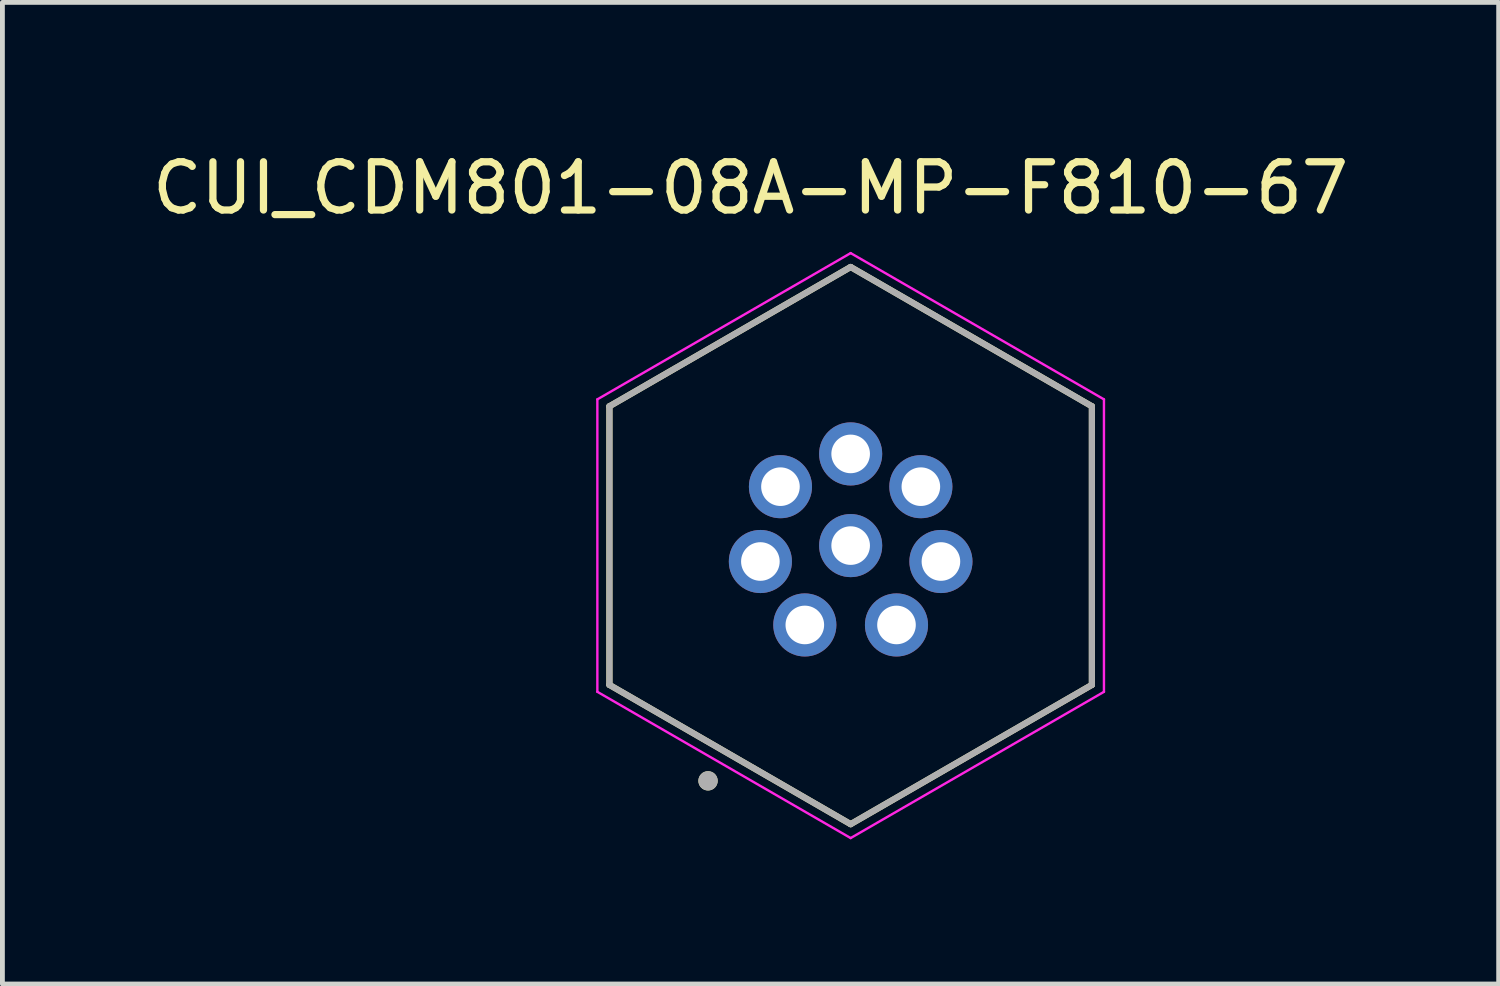
<source format=kicad_pcb>
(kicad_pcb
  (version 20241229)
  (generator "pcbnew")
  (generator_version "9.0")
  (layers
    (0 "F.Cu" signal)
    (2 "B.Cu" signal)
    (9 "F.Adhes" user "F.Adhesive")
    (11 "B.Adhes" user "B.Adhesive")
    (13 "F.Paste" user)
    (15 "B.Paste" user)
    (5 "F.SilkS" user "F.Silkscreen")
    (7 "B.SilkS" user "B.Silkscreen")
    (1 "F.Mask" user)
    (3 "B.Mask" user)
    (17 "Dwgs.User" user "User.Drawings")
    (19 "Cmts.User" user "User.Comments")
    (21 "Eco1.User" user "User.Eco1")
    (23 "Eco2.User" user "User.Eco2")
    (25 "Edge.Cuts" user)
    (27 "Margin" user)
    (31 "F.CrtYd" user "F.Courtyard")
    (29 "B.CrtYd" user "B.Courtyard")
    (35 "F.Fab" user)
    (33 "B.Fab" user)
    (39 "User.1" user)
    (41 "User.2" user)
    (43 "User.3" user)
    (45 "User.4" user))
  (footprint "CUI_CDM801-08A-MP-F810-67"
    (layer "F.Cu")
    (at 14.581 8.258)
    (property "Reference" "CUI_CDM801-08A-MP-F810-67" (at -2.075 -7.41 0) (layer "F.SilkS") (effects (font (size 1 1) (thickness 0.15))))
    (attr through_hole)
    (fp_line (start -5 -2.887) (end -5 2.887) (stroke (width 0.127) (type solid)) (layer "F.SilkS"))
    (fp_line (start -5 2.887) (end 0 5.774) (stroke (width 0.127) (type solid)) (layer "F.SilkS"))
    (fp_line (start 0 -5.774) (end -5 -2.887) (stroke (width 0.127) (type solid)) (layer "F.SilkS"))
    (fp_line (start 0 5.774) (end 5 2.887) (stroke (width 0.127) (type solid)) (layer "F.SilkS"))
    (fp_line (start 5 -2.887) (end 0 -5.774) (stroke (width 0.127) (type solid)) (layer "F.SilkS"))
    (fp_line (start 5 2.887) (end 5 -2.887) (stroke (width 0.127) (type solid)) (layer "F.SilkS"))
    (fp_circle (center -2.956 4.876) (end -2.856 4.876) (stroke (width 0.2) (type solid)) (fill no) (layer "F.SilkS"))
    (fp_line (start -5.25 -3.031) (end -5.25 3.031) (stroke (width 0.05) (type solid)) (layer "F.CrtYd"))
    (fp_line (start -5.25 3.031) (end 0 6.062) (stroke (width 0.05) (type solid)) (layer "F.CrtYd"))
    (fp_line (start 0 -6.062) (end -5.25 -3.031) (stroke (width 0.05) (type solid)) (layer "F.CrtYd"))
    (fp_line (start 0 6.062) (end 5.25 3.031) (stroke (width 0.05) (type solid)) (layer "F.CrtYd"))
    (fp_line (start 5.25 -3.031) (end 0 -6.062) (stroke (width 0.05) (type solid)) (layer "F.CrtYd"))
    (fp_line (start 5.25 3.031) (end 5.25 -3.031) (stroke (width 0.05) (type solid)) (layer "F.CrtYd"))
    (fp_line (start -5 -2.887) (end -5 2.887) (stroke (width 0.127) (type solid)) (layer "F.Fab"))
    (fp_line (start -5 2.887) (end 0 5.774) (stroke (width 0.127) (type solid)) (layer "F.Fab"))
    (fp_line (start 0 -5.774) (end -5 -2.887) (stroke (width 0.127) (type solid)) (layer "F.Fab"))
    (fp_line (start 0 5.774) (end 5 2.887) (stroke (width 0.127) (type solid)) (layer "F.Fab"))
    (fp_line (start 5 -2.887) (end 0 -5.774) (stroke (width 0.127) (type solid)) (layer "F.Fab"))
    (fp_line (start 5 2.887) (end 5 -2.887) (stroke (width 0.127) (type solid)) (layer "F.Fab"))
    (fp_circle (center -2.956 4.876) (end -2.856 4.876) (stroke (width 0.2) (type solid)) (fill no) (layer "F.Fab"))
    (pad "1" thru_hole circle (at -0.95 1.645) (size 1.308 1.308) (drill 0.8) (layers "*.Cu" "*.Mask"))
    (pad "2" thru_hole circle (at 0.95 1.645) (size 1.308 1.308) (drill 0.8) (layers "*.Cu" "*.Mask"))
    (pad "3" thru_hole circle (at 1.871 0.33) (size 1.308 1.308) (drill 0.8) (layers "*.Cu" "*.Mask"))
    (pad "4" thru_hole circle (at 1.455 -1.221) (size 1.308 1.308) (drill 0.8) (layers "*.Cu" "*.Mask"))
    (pad "5" thru_hole circle (at 0 -1.9) (size 1.308 1.308) (drill 0.8) (layers "*.Cu" "*.Mask"))
    (pad "6" thru_hole circle (at -1.455 -1.221) (size 1.308 1.308) (drill 0.8) (layers "*.Cu" "*.Mask"))
    (pad "7" thru_hole circle (at -1.871 0.33) (size 1.308 1.308) (drill 0.8) (layers "*.Cu" "*.Mask"))
    (pad "8" thru_hole circle (at 0 0) (size 1.308 1.308) (drill 0.8) (layers "*.Cu" "*.Mask")))
  (gr_rect
    (start -3 -3)
    (end 28.012 17.345)
    (stroke (width 0.1) (type default))
    (fill no)
    (layer "Edge.Cuts")))
</source>
